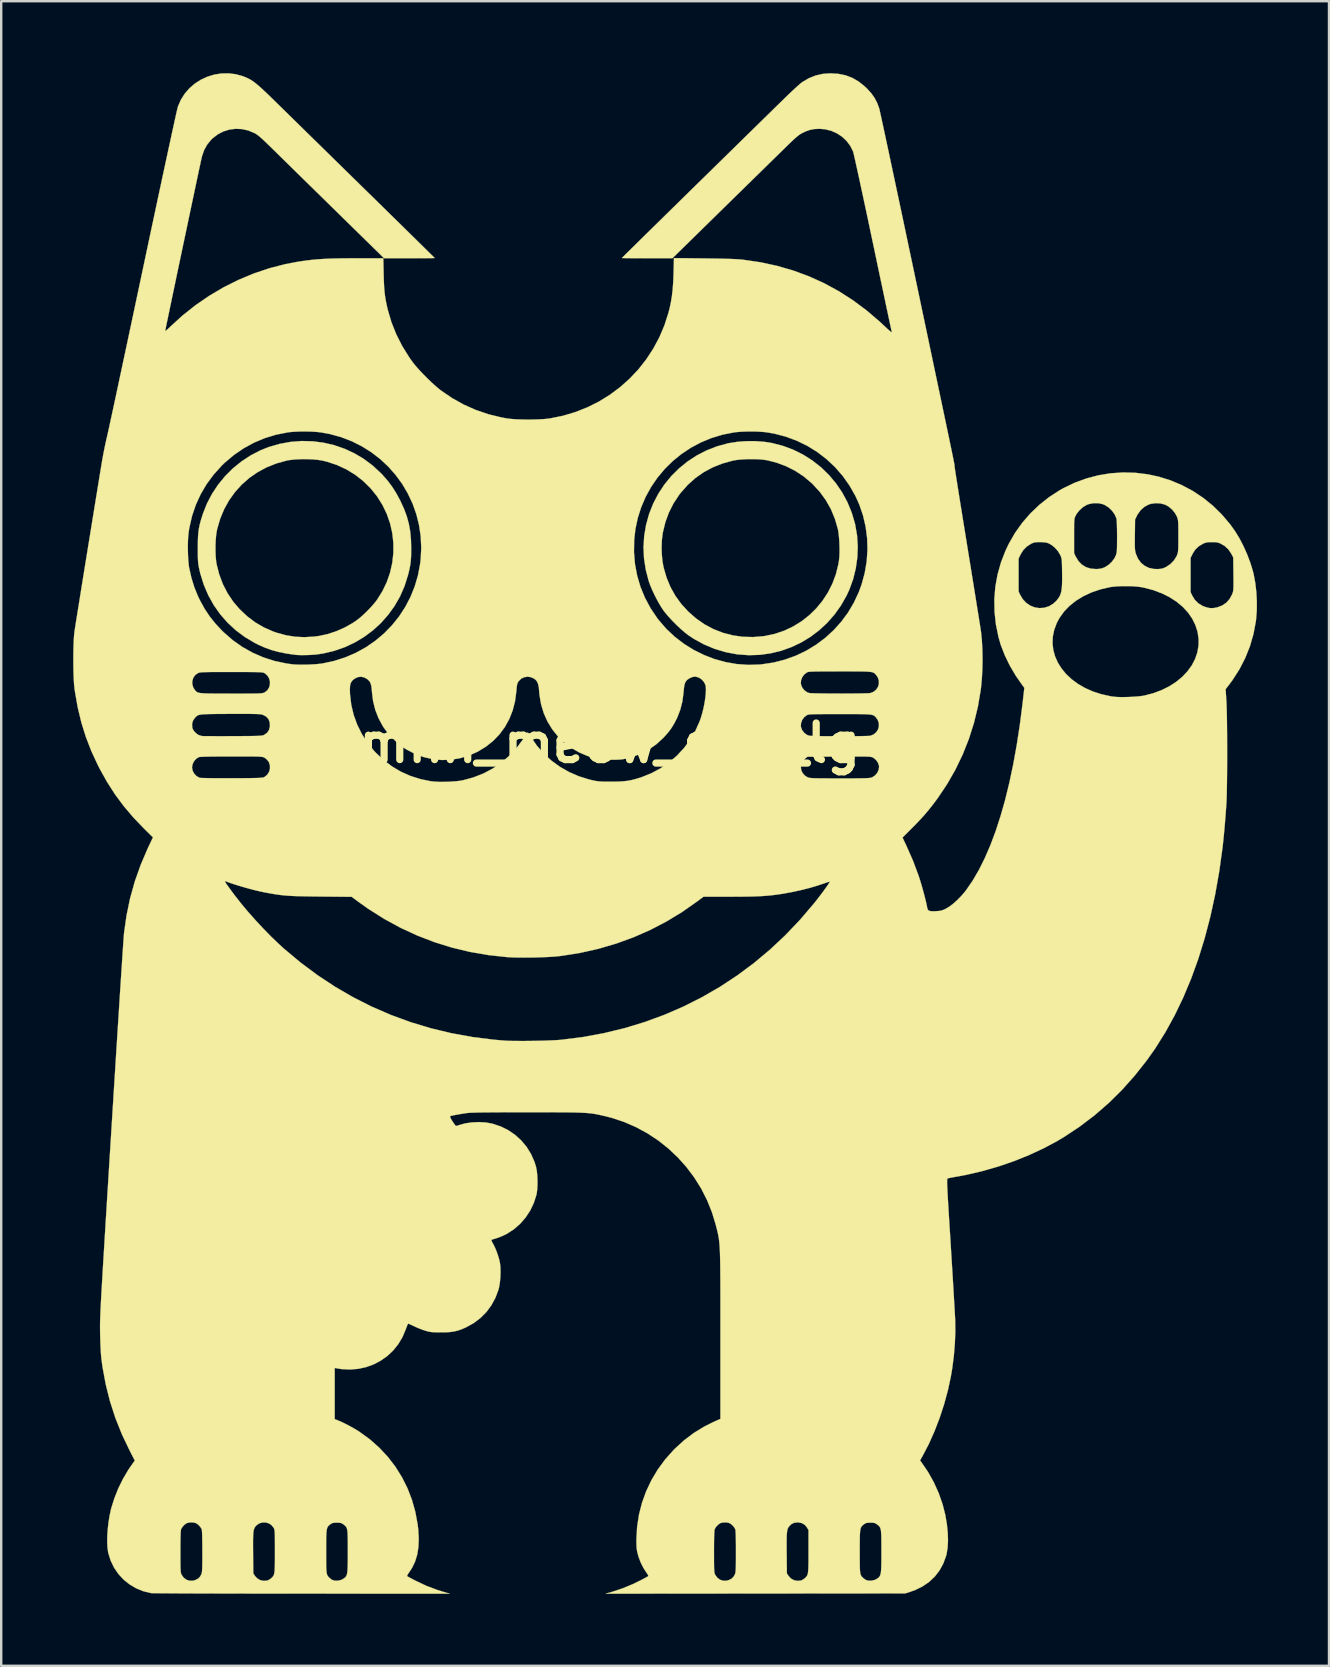
<source format=kicad_pcb>
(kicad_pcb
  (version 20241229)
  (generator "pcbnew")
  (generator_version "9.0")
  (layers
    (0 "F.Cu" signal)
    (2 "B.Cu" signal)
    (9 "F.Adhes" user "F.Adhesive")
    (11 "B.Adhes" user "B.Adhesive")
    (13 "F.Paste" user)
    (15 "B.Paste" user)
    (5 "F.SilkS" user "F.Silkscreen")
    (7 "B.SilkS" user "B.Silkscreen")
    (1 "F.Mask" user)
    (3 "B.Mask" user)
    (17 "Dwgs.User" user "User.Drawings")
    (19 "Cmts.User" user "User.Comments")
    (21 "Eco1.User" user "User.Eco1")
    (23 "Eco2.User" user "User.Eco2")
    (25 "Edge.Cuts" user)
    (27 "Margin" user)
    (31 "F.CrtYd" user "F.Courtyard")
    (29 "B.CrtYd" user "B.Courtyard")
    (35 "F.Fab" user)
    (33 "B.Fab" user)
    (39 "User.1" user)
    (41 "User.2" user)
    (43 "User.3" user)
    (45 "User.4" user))
  (footprint "mini_meow_silk_lg"
    (layer "F.Cu")
    (at 22.346 27.899)
    (property "Reference" "mini_meow_silk_lg" (at 0 0 0) (layer "F.SilkS") (effects (font (size 1.524 1.524) (thickness 0.3))))
    (attr through_hole)
    (fp_poly (pts (xy 6.07 -12.574) (xy 6.434 -12.547) (xy 6.754 -12.497) (xy 7.211 -12.379) (xy 7.648 -12.216) (xy 8.06 -12.01) (xy 8.447 -11.764) (xy 8.806 -11.481) (xy 9.133 -11.163) (xy 9.427 -10.813) (xy 9.685 -10.433) (xy 9.904 -10.025) (xy 10.082 -9.592) (xy 10.216 -9.137) (xy 10.226 -9.093) (xy 10.303 -8.645) (xy 10.332 -8.188) (xy 10.314 -7.729) (xy 10.249 -7.273) (xy 10.139 -6.826) (xy 9.983 -6.395) (xy 9.865 -6.139) (xy 9.631 -5.728) (xy 9.361 -5.35) (xy 9.057 -5.005) (xy 8.722 -4.695) (xy 8.36 -4.422) (xy 7.974 -4.188) (xy 7.567 -3.995) (xy 7.142 -3.843) (xy 6.703 -3.736) (xy 6.252 -3.673) (xy 5.794 -3.659) (xy 5.33 -3.693) (xy 5.296 -3.697) (xy 4.825 -3.786) (xy 4.368 -3.923) (xy 3.928 -4.107) (xy 3.51 -4.336) (xy 3.277 -4.49) (xy 3.123 -4.609) (xy 2.951 -4.758) (xy 2.771 -4.928) (xy 2.595 -5.107) (xy 2.432 -5.285) (xy 2.294 -5.451) (xy 2.229 -5.537) (xy 2.116 -5.71) (xy 1.998 -5.915) (xy 1.882 -6.137) (xy 1.775 -6.362) (xy 1.686 -6.574) (xy 1.625 -6.744) (xy 1.502 -7.216) (xy 1.429 -7.687) (xy 1.407 -8.156) (xy 1.408 -8.171) (xy 2.161 -8.171) (xy 2.169 -7.875) (xy 2.195 -7.589) (xy 2.24 -7.332) (xy 2.244 -7.315) (xy 2.367 -6.891) (xy 2.53 -6.498) (xy 2.734 -6.133) (xy 2.982 -5.791) (xy 3.269 -5.478) (xy 3.595 -5.19) (xy 3.946 -4.946) (xy 4.318 -4.747) (xy 4.71 -4.593) (xy 5.118 -4.486) (xy 5.539 -4.426) (xy 5.972 -4.414) (xy 6.413 -4.451) (xy 6.465 -4.459) (xy 6.876 -4.547) (xy 7.269 -4.68) (xy 7.641 -4.856) (xy 7.99 -5.071) (xy 8.311 -5.323) (xy 8.604 -5.61) (xy 8.864 -5.927) (xy 9.089 -6.272) (xy 9.276 -6.642) (xy 9.422 -7.035) (xy 9.524 -7.446) (xy 9.552 -7.617) (xy 9.566 -7.765) (xy 9.573 -7.947) (xy 9.572 -8.15) (xy 9.565 -8.36) (xy 9.551 -8.562) (xy 9.532 -8.744) (xy 9.508 -8.892) (xy 9.503 -8.915) (xy 9.379 -9.342) (xy 9.213 -9.741) (xy 9.004 -10.113) (xy 8.75 -10.462) (xy 8.451 -10.787) (xy 8.411 -10.825) (xy 8.086 -11.1) (xy 7.731 -11.335) (xy 7.348 -11.529) (xy 6.944 -11.68) (xy 6.56 -11.778) (xy 6.381 -11.804) (xy 6.167 -11.82) (xy 5.934 -11.826) (xy 5.695 -11.823) (xy 5.466 -11.81) (xy 5.261 -11.787) (xy 5.131 -11.764) (xy 4.695 -11.643) (xy 4.289 -11.482) (xy 3.913 -11.28) (xy 3.566 -11.036) (xy 3.248 -10.751) (xy 2.958 -10.424) (xy 2.893 -10.339) (xy 2.658 -9.984) (xy 2.465 -9.602) (xy 2.317 -9.197) (xy 2.214 -8.773) (xy 2.205 -8.725) (xy 2.173 -8.461) (xy 2.161 -8.171) (xy 1.408 -8.171) (xy 1.436 -8.625) (xy 1.515 -9.091) (xy 1.641 -9.544) (xy 1.812 -9.976) (xy 2.025 -10.384) (xy 2.277 -10.766) (xy 2.565 -11.119) (xy 2.888 -11.44) (xy 3.242 -11.727) (xy 3.624 -11.977) (xy 4.032 -12.188) (xy 4.464 -12.357) (xy 4.916 -12.481) (xy 4.985 -12.496) (xy 5.328 -12.548) (xy 5.696 -12.574) (xy 6.07 -12.574)) (stroke (width 0.01) (type solid)) (fill yes) (layer "F.SilkS"))
    (fp_poly (pts (xy -12.371 -12.568) (xy -11.919 -12.51) (xy -11.476 -12.407) (xy -11.046 -12.258) (xy -10.632 -12.066) (xy -10.239 -11.831) (xy -9.868 -11.554) (xy -9.525 -11.235) (xy -9.462 -11.169) (xy -9.245 -10.921) (xy -9.057 -10.669) (xy -8.887 -10.399) (xy -8.725 -10.097) (xy -8.572 -9.765) (xy -8.454 -9.45) (xy -8.368 -9.137) (xy -8.31 -8.815) (xy -8.278 -8.47) (xy -8.269 -8.128) (xy -8.27 -7.91) (xy -8.276 -7.728) (xy -8.288 -7.57) (xy -8.307 -7.42) (xy -8.337 -7.265) (xy -8.377 -7.091) (xy -8.409 -6.97) (xy -8.55 -6.526) (xy -8.735 -6.105) (xy -8.962 -5.709) (xy -9.227 -5.341) (xy -9.527 -5.002) (xy -9.86 -4.696) (xy -10.223 -4.425) (xy -10.614 -4.19) (xy -11.029 -3.995) (xy -11.466 -3.842) (xy -11.922 -3.733) (xy -12.159 -3.696) (xy -12.313 -3.68) (xy -12.49 -3.669) (xy -12.675 -3.663) (xy -12.852 -3.662) (xy -13.006 -3.667) (xy -13.094 -3.674) (xy -13.458 -3.726) (xy -13.785 -3.791) (xy -14.084 -3.873) (xy -14.368 -3.975) (xy -14.648 -4.1) (xy -14.779 -4.167) (xy -15.193 -4.412) (xy -15.572 -4.695) (xy -15.916 -5.012) (xy -16.224 -5.363) (xy -16.492 -5.745) (xy -16.721 -6.155) (xy -16.908 -6.593) (xy -17.052 -7.055) (xy -17.098 -7.252) (xy -17.118 -7.348) (xy -17.132 -7.437) (xy -17.143 -7.527) (xy -17.15 -7.627) (xy -17.155 -7.748) (xy -17.157 -7.899) (xy -17.157 -7.993) (xy -16.421 -7.993) (xy -16.412 -7.766) (xy -16.392 -7.563) (xy -16.375 -7.455) (xy -16.265 -7.023) (xy -16.112 -6.616) (xy -15.916 -6.236) (xy -15.678 -5.882) (xy -15.423 -5.584) (xy -15.105 -5.283) (xy -14.769 -5.029) (xy -14.41 -4.818) (xy -14.025 -4.649) (xy -13.856 -4.59) (xy -13.474 -4.487) (xy -13.097 -4.427) (xy -12.715 -4.409) (xy -12.317 -4.433) (xy -12.103 -4.461) (xy -11.75 -4.538) (xy -11.391 -4.656) (xy -11.039 -4.812) (xy -10.707 -4.998) (xy -10.557 -5.099) (xy -10.404 -5.218) (xy -10.235 -5.368) (xy -10.064 -5.535) (xy -9.903 -5.707) (xy -9.764 -5.871) (xy -9.696 -5.96) (xy -9.468 -6.324) (xy -9.285 -6.705) (xy -9.148 -7.101) (xy -9.057 -7.506) (xy -9.011 -7.917) (xy -9.011 -8.33) (xy -9.056 -8.74) (xy -9.147 -9.144) (xy -9.284 -9.538) (xy -9.466 -9.918) (xy -9.694 -10.279) (xy -9.694 -10.28) (xy -9.966 -10.617) (xy -10.272 -10.917) (xy -10.61 -11.18) (xy -10.976 -11.402) (xy -11.367 -11.583) (xy -11.782 -11.719) (xy -11.971 -11.765) (xy -12.164 -11.796) (xy -12.39 -11.816) (xy -12.636 -11.825) (xy -12.885 -11.823) (xy -13.125 -11.81) (xy -13.339 -11.786) (xy -13.454 -11.765) (xy -13.882 -11.647) (xy -14.286 -11.486) (xy -14.662 -11.284) (xy -15.009 -11.044) (xy -15.325 -10.767) (xy -15.606 -10.456) (xy -15.852 -10.114) (xy -16.059 -9.742) (xy -16.225 -9.343) (xy -16.348 -8.92) (xy -16.362 -8.857) (xy -16.391 -8.678) (xy -16.411 -8.464) (xy -16.421 -8.231) (xy -16.421 -7.993) (xy -17.157 -7.993) (xy -17.157 -8.089) (xy -17.157 -8.128) (xy -17.155 -8.374) (xy -17.148 -8.58) (xy -17.135 -8.76) (xy -17.113 -8.924) (xy -17.081 -9.084) (xy -17.037 -9.253) (xy -16.979 -9.441) (xy -16.943 -9.553) (xy -16.775 -9.978) (xy -16.562 -10.383) (xy -16.309 -10.764) (xy -16.018 -11.118) (xy -15.693 -11.442) (xy -15.338 -11.73) (xy -14.955 -11.981) (xy -14.549 -12.191) (xy -14.206 -12.328) (xy -13.75 -12.461) (xy -13.291 -12.544) (xy -12.83 -12.58) (xy -12.371 -12.568)) (stroke (width 0.01) (type solid)) (fill yes) (layer "F.SilkS"))
    (fp_poly (pts (xy -15.574 -27.857) (xy -15.275 -27.774) (xy -15.123 -27.712) (xy -15.035 -27.669) (xy -14.949 -27.622) (xy -14.861 -27.565) (xy -14.767 -27.496) (xy -14.662 -27.41) (xy -14.541 -27.304) (xy -14.401 -27.175) (xy -14.236 -27.019) (xy -14.043 -26.831) (xy -13.932 -26.723) (xy -13.833 -26.625) (xy -13.7 -26.495) (xy -13.536 -26.334) (xy -13.343 -26.145) (xy -13.125 -25.931) (xy -12.883 -25.693) (xy -12.62 -25.435) (xy -12.338 -25.159) (xy -12.041 -24.868) (xy -11.73 -24.563) (xy -11.409 -24.248) (xy -11.08 -23.926) (xy -10.745 -23.597) (xy -10.407 -23.266) (xy -10.254 -23.116) (xy -9.929 -22.798) (xy -9.614 -22.489) (xy -9.311 -22.191) (xy -9.022 -21.907) (xy -8.748 -21.639) (xy -8.492 -21.387) (xy -8.255 -21.154) (xy -8.04 -20.943) (xy -7.848 -20.754) (xy -7.681 -20.589) (xy -7.541 -20.451) (xy -7.43 -20.342) (xy -7.35 -20.263) (xy -7.303 -20.215) (xy -7.29 -20.202) (xy -7.314 -20.2) (xy -7.384 -20.198) (xy -7.495 -20.197) (xy -7.64 -20.195) (xy -7.815 -20.194) (xy -8.014 -20.193) (xy -8.233 -20.193) (xy -8.345 -20.193) (xy -9.4 -20.193) (xy -11.399 -22.154) (xy -11.68 -22.429) (xy -11.961 -22.705) (xy -12.239 -22.977) (xy -12.51 -23.243) (xy -12.77 -23.498) (xy -13.017 -23.74) (xy -13.247 -23.966) (xy -13.457 -24.172) (xy -13.643 -24.355) (xy -13.802 -24.511) (xy -13.931 -24.638) (xy -14.008 -24.714) (xy -14.182 -24.883) (xy -14.324 -25.021) (xy -14.44 -25.131) (xy -14.535 -25.217) (xy -14.613 -25.283) (xy -14.679 -25.333) (xy -14.738 -25.373) (xy -14.794 -25.405) (xy -14.799 -25.407) (xy -15.055 -25.514) (xy -15.319 -25.573) (xy -15.584 -25.585) (xy -15.845 -25.551) (xy -16.096 -25.472) (xy -16.332 -25.349) (xy -16.546 -25.183) (xy -16.586 -25.144) (xy -16.761 -24.935) (xy -16.894 -24.698) (xy -16.985 -24.432) (xy -16.991 -24.406) (xy -17.004 -24.352) (xy -17.025 -24.253) (xy -17.055 -24.114) (xy -17.093 -23.937) (xy -17.138 -23.725) (xy -17.19 -23.482) (xy -17.247 -23.212) (xy -17.309 -22.918) (xy -17.376 -22.603) (xy -17.446 -22.271) (xy -17.519 -21.925) (xy -17.594 -21.568) (xy -17.671 -21.204) (xy -17.749 -20.836) (xy -17.826 -20.468) (xy -17.903 -20.103) (xy -17.979 -19.744) (xy -18.052 -19.395) (xy -18.122 -19.059) (xy -18.189 -18.739) (xy -18.252 -18.439) (xy -18.31 -18.163) (xy -18.362 -17.913) (xy -18.408 -17.693) (xy -18.447 -17.507) (xy -18.478 -17.357) (xy -18.5 -17.248) (xy -18.513 -17.182) (xy -18.517 -17.163) (xy -18.5 -17.168) (xy -18.454 -17.203) (xy -18.387 -17.262) (xy -18.307 -17.339) (xy -17.795 -17.806) (xy -17.252 -18.237) (xy -16.681 -18.629) (xy -16.086 -18.98) (xy -15.47 -19.288) (xy -14.837 -19.553) (xy -14.189 -19.772) (xy -13.531 -19.943) (xy -13.043 -20.037) (xy -12.823 -20.072) (xy -12.612 -20.101) (xy -12.404 -20.126) (xy -12.191 -20.146) (xy -11.967 -20.161) (xy -11.725 -20.174) (xy -11.459 -20.182) (xy -11.163 -20.188) (xy -10.829 -20.191) (xy -10.451 -20.193) (xy -10.436 -20.193) (xy -9.43 -20.193) (xy -9.416 -19.539) (xy -9.409 -19.267) (xy -9.398 -19.034) (xy -9.383 -18.83) (xy -9.362 -18.644) (xy -9.334 -18.464) (xy -9.298 -18.279) (xy -9.252 -18.079) (xy -9.241 -18.034) (xy -9.089 -17.521) (xy -8.888 -17.019) (xy -8.641 -16.532) (xy -8.349 -16.063) (xy -8.198 -15.852) (xy -8.087 -15.713) (xy -7.945 -15.552) (xy -7.782 -15.379) (xy -7.607 -15.202) (xy -7.431 -15.031) (xy -7.261 -14.876) (xy -7.108 -14.746) (xy -7.029 -14.685) (xy -6.563 -14.367) (xy -6.08 -14.097) (xy -5.576 -13.873) (xy -5.052 -13.694) (xy -4.504 -13.561) (xy -4.28 -13.521) (xy -4.115 -13.5) (xy -3.911 -13.485) (xy -3.681 -13.476) (xy -3.436 -13.472) (xy -3.188 -13.474) (xy -2.95 -13.482) (xy -2.732 -13.494) (xy -2.547 -13.513) (xy -2.49 -13.521) (xy -1.947 -13.631) (xy -1.424 -13.788) (xy -0.921 -13.987) (xy -0.442 -14.228) (xy 0.012 -14.509) (xy 0.437 -14.827) (xy 0.833 -15.18) (xy 1.196 -15.566) (xy 1.524 -15.984) (xy 1.816 -16.431) (xy 2.069 -16.904) (xy 2.28 -17.403) (xy 2.447 -17.924) (xy 2.498 -18.123) (xy 2.548 -18.36) (xy 2.588 -18.602) (xy 2.619 -18.86) (xy 2.641 -19.144) (xy 2.656 -19.464) (xy 2.66 -19.606) (xy 2.675 -20.199) (xy 3.935 -20.186) (xy 4.283 -20.181) (xy 4.584 -20.176) (xy 4.842 -20.17) (xy 5.061 -20.163) (xy 5.244 -20.155) (xy 5.396 -20.146) (xy 5.52 -20.135) (xy 5.55 -20.132) (xy 6.273 -20.026) (xy 6.972 -19.875) (xy 7.649 -19.679) (xy 8.304 -19.437) (xy 8.937 -19.15) (xy 9.549 -18.816) (xy 10.141 -18.436) (xy 10.712 -18.009) (xy 11.264 -17.536) (xy 11.453 -17.359) (xy 11.554 -17.264) (xy 11.639 -17.187) (xy 11.704 -17.133) (xy 11.743 -17.105) (xy 11.752 -17.107) (xy 11.745 -17.138) (xy 11.728 -17.215) (xy 11.702 -17.336) (xy 11.667 -17.499) (xy 11.624 -17.7) (xy 11.574 -17.937) (xy 11.516 -18.207) (xy 11.453 -18.507) (xy 11.384 -18.835) (xy 11.309 -19.187) (xy 11.23 -19.561) (xy 11.147 -19.954) (xy 11.061 -20.364) (xy 10.972 -20.786) (xy 10.963 -20.828) (xy 10.873 -21.254) (xy 10.786 -21.667) (xy 10.701 -22.066) (xy 10.62 -22.446) (xy 10.543 -22.806) (xy 10.47 -23.142) (xy 10.404 -23.452) (xy 10.343 -23.732) (xy 10.288 -23.98) (xy 10.241 -24.193) (xy 10.202 -24.368) (xy 10.171 -24.502) (xy 10.15 -24.592) (xy 10.138 -24.635) (xy 10.138 -24.636) (xy 10.022 -24.87) (xy 9.867 -25.077) (xy 9.678 -25.255) (xy 9.46 -25.398) (xy 9.22 -25.503) (xy 8.962 -25.566) (xy 8.738 -25.584) (xy 8.534 -25.575) (xy 8.352 -25.542) (xy 8.171 -25.48) (xy 8.014 -25.405) (xy 7.95 -25.369) (xy 7.883 -25.323) (xy 7.807 -25.264) (xy 7.717 -25.186) (xy 7.607 -25.085) (xy 7.472 -24.955) (xy 7.353 -24.84) (xy 7.271 -24.759) (xy 7.155 -24.645) (xy 7.009 -24.502) (xy 6.835 -24.332) (xy 6.637 -24.138) (xy 6.418 -23.923) (xy 6.18 -23.69) (xy 5.927 -23.442) (xy 5.661 -23.181) (xy 5.385 -22.911) (xy 5.103 -22.635) (xy 4.818 -22.355) (xy 4.741 -22.28) (xy 2.612 -20.193) (xy 1.56 -20.193) (xy 1.334 -20.193) (xy 1.125 -20.194) (xy 0.938 -20.195) (xy 0.778 -20.196) (xy 0.65 -20.198) (xy 0.561 -20.2) (xy 0.514 -20.202) (xy 0.508 -20.203) (xy 0.526 -20.222) (xy 0.581 -20.277) (xy 0.671 -20.367) (xy 0.798 -20.492) (xy 0.962 -20.653) (xy 1.161 -20.85) (xy 1.397 -21.082) (xy 1.669 -21.349) (xy 1.978 -21.652) (xy 2.322 -21.991) (xy 2.703 -22.364) (xy 3.12 -22.774) (xy 3.573 -23.218) (xy 4.063 -23.698) (xy 4.588 -24.214) (xy 5.15 -24.764) (xy 5.748 -25.351) (xy 6.382 -25.972) (xy 7.052 -26.629) (xy 7.303 -26.874) (xy 7.45 -27.017) (xy 7.594 -27.153) (xy 7.728 -27.278) (xy 7.846 -27.384) (xy 7.942 -27.468) (xy 8.01 -27.522) (xy 8.023 -27.531) (xy 8.297 -27.692) (xy 8.576 -27.804) (xy 8.869 -27.871) (xy 9.183 -27.894) (xy 9.195 -27.894) (xy 9.521 -27.874) (xy 9.822 -27.813) (xy 10.102 -27.707) (xy 10.364 -27.556) (xy 10.615 -27.357) (xy 10.72 -27.257) (xy 10.896 -27.062) (xy 11.034 -26.867) (xy 11.142 -26.658) (xy 11.223 -26.441) (xy 11.232 -26.403) (xy 11.252 -26.316) (xy 11.281 -26.184) (xy 11.32 -26.009) (xy 11.367 -25.792) (xy 11.422 -25.536) (xy 11.485 -25.243) (xy 11.555 -24.914) (xy 11.633 -24.552) (xy 11.716 -24.159) (xy 11.806 -23.737) (xy 11.901 -23.289) (xy 12.002 -22.815) (xy 12.107 -22.319) (xy 12.217 -21.801) (xy 12.33 -21.266) (xy 12.446 -20.713) (xy 12.566 -20.147) (xy 12.688 -19.568) (xy 12.714 -19.444) (xy 12.87 -18.705) (xy 13.015 -18.014) (xy 13.151 -17.37) (xy 13.277 -16.771) (xy 13.394 -16.215) (xy 13.502 -15.7) (xy 13.602 -15.225) (xy 13.694 -14.789) (xy 13.778 -14.389) (xy 13.855 -14.024) (xy 13.925 -13.692) (xy 13.988 -13.392) (xy 14.044 -13.123) (xy 14.095 -12.881) (xy 14.14 -12.666) (xy 14.179 -12.477) (xy 14.214 -12.311) (xy 14.244 -12.167) (xy 14.269 -12.043) (xy 14.291 -11.938) (xy 14.309 -11.85) (xy 14.323 -11.777) (xy 14.335 -11.717) (xy 14.344 -11.67) (xy 14.351 -11.633) (xy 14.356 -11.605) (xy 14.359 -11.585) (xy 14.361 -11.569) (xy 14.362 -11.558) (xy 14.362 -11.548) (xy 14.363 -11.54) (xy 14.363 -11.53) (xy 14.363 -11.519) (xy 14.369 -11.479) (xy 14.382 -11.391) (xy 14.402 -11.26) (xy 14.428 -11.087) (xy 14.462 -10.877) (xy 14.5 -10.633) (xy 14.544 -10.356) (xy 14.593 -10.051) (xy 14.646 -9.721) (xy 14.703 -9.369) (xy 14.763 -8.997) (xy 14.826 -8.609) (xy 14.891 -8.208) (xy 14.906 -8.115) (xy 14.972 -7.71) (xy 15.036 -7.315) (xy 15.097 -6.935) (xy 15.156 -6.573) (xy 15.211 -6.231) (xy 15.262 -5.913) (xy 15.309 -5.622) (xy 15.351 -5.362) (xy 15.387 -5.135) (xy 15.417 -4.945) (xy 15.441 -4.795) (xy 15.457 -4.688) (xy 15.466 -4.627) (xy 15.467 -4.621) (xy 15.501 -4.274) (xy 15.522 -3.893) (xy 15.529 -3.493) (xy 15.522 -3.087) (xy 15.501 -2.691) (xy 15.467 -2.32) (xy 15.455 -2.223) (xy 15.338 -1.527) (xy 15.173 -0.844) (xy 14.961 -0.175) (xy 14.703 0.476) (xy 14.4 1.106) (xy 14.053 1.712) (xy 13.664 2.293) (xy 13.598 2.382) (xy 13.429 2.605) (xy 13.27 2.805) (xy 13.109 2.995) (xy 12.936 3.185) (xy 12.742 3.388) (xy 12.595 3.537) (xy 12.196 3.937) (xy 12.355 4.274) (xy 12.628 4.891) (xy 12.859 5.507) (xy 12.891 5.602) (xy 12.939 5.755) (xy 12.992 5.931) (xy 13.045 6.119) (xy 13.096 6.31) (xy 13.143 6.492) (xy 13.182 6.655) (xy 13.211 6.787) (xy 13.223 6.854) (xy 13.241 6.922) (xy 13.274 6.968) (xy 13.33 6.995) (xy 13.418 7.007) (xy 13.545 7.006) (xy 13.598 7.003) (xy 13.718 6.994) (xy 13.81 6.978) (xy 13.895 6.95) (xy 13.996 6.903) (xy 14.016 6.893) (xy 14.158 6.806) (xy 14.315 6.685) (xy 14.48 6.537) (xy 14.642 6.371) (xy 14.791 6.197) (xy 14.842 6.131) (xy 15.115 5.735) (xy 15.375 5.29) (xy 15.621 4.797) (xy 15.854 4.259) (xy 16.073 3.675) (xy 16.277 3.047) (xy 16.468 2.376) (xy 16.643 1.662) (xy 16.803 0.907) (xy 16.948 0.112) (xy 17.077 -0.723) (xy 17.19 -1.597) (xy 17.208 -1.753) (xy 17.27 -2.299) (xy 17.193 -2.4) (xy 16.912 -2.805) (xy 16.665 -3.225) (xy 16.457 -3.651) (xy 16.292 -4.076) (xy 16.271 -4.149) (xy 18.444 -4.149) (xy 18.477 -3.871) (xy 18.553 -3.601) (xy 18.67 -3.342) (xy 18.826 -3.096) (xy 19.018 -2.865) (xy 19.246 -2.653) (xy 19.507 -2.461) (xy 19.799 -2.292) (xy 20.12 -2.15) (xy 20.468 -2.036) (xy 20.841 -1.953) (xy 20.98 -1.931) (xy 21.116 -1.919) (xy 21.288 -1.913) (xy 21.484 -1.914) (xy 21.689 -1.921) (xy 21.891 -1.933) (xy 22.075 -1.949) (xy 22.228 -1.97) (xy 22.281 -1.98) (xy 22.651 -2.078) (xy 22.996 -2.208) (xy 23.313 -2.366) (xy 23.598 -2.551) (xy 23.851 -2.76) (xy 24.067 -2.99) (xy 24.246 -3.238) (xy 24.383 -3.502) (xy 24.478 -3.78) (xy 24.526 -4.068) (xy 24.529 -4.328) (xy 24.486 -4.628) (xy 24.395 -4.914) (xy 24.26 -5.186) (xy 24.083 -5.44) (xy 23.866 -5.674) (xy 23.612 -5.886) (xy 23.323 -6.073) (xy 23.003 -6.234) (xy 22.653 -6.366) (xy 22.277 -6.466) (xy 22.142 -6.493) (xy 21.976 -6.515) (xy 21.775 -6.53) (xy 21.554 -6.536) (xy 21.33 -6.534) (xy 21.117 -6.525) (xy 20.93 -6.507) (xy 20.841 -6.494) (xy 20.444 -6.402) (xy 20.075 -6.277) (xy 19.736 -6.12) (xy 19.429 -5.933) (xy 19.158 -5.719) (xy 18.926 -5.479) (xy 18.736 -5.215) (xy 18.622 -5.004) (xy 18.515 -4.718) (xy 18.456 -4.432) (xy 18.444 -4.149) (xy 16.271 -4.149) (xy 16.194 -4.412) (xy 16.085 -4.942) (xy 16.028 -5.469) (xy 16.02 -5.993) (xy 16.062 -6.511) (xy 16.155 -7.022) (xy 16.297 -7.525) (xy 16.358 -7.684) (xy 17.031 -7.684) (xy 17.031 -6.312) (xy 17.098 -6.169) (xy 17.209 -5.986) (xy 17.351 -5.837) (xy 17.517 -5.724) (xy 17.7 -5.651) (xy 17.894 -5.62) (xy 18.093 -5.633) (xy 18.288 -5.693) (xy 18.3 -5.699) (xy 18.461 -5.795) (xy 18.604 -5.922) (xy 18.714 -6.068) (xy 18.726 -6.089) (xy 18.764 -6.168) (xy 18.794 -6.251) (xy 18.816 -6.346) (xy 18.831 -6.46) (xy 18.84 -6.6) (xy 18.844 -6.773) (xy 18.844 -6.987) (xy 18.843 -7.1) (xy 18.84 -7.287) (xy 18.837 -7.431) (xy 18.833 -7.539) (xy 18.827 -7.621) (xy 18.818 -7.682) (xy 18.806 -7.732) (xy 18.79 -7.778) (xy 18.768 -7.827) (xy 18.761 -7.842) (xy 18.672 -7.99) (xy 18.55 -8.129) (xy 18.41 -8.245) (xy 18.295 -8.311) (xy 18.218 -8.34) (xy 18.134 -8.357) (xy 18.025 -8.366) (xy 17.932 -8.367) (xy 17.812 -8.367) (xy 17.725 -8.36) (xy 17.656 -8.345) (xy 17.587 -8.318) (xy 17.551 -8.3) (xy 17.372 -8.185) (xy 17.221 -8.03) (xy 17.11 -7.849) (xy 17.031 -7.684) (xy 16.358 -7.684) (xy 16.488 -8.018) (xy 16.626 -8.306) (xy 16.808 -8.623) (xy 19.342 -8.623) (xy 19.342 -7.912) (xy 19.408 -7.771) (xy 19.522 -7.582) (xy 19.664 -7.434) (xy 19.835 -7.328) (xy 20.032 -7.265) (xy 20.253 -7.247) (xy 20.282 -7.247) (xy 20.408 -7.257) (xy 20.508 -7.278) (xy 20.603 -7.314) (xy 20.633 -7.329) (xy 20.782 -7.424) (xy 20.917 -7.552) (xy 21.025 -7.698) (xy 21.08 -7.812) (xy 21.096 -7.858) (xy 21.109 -7.907) (xy 21.118 -7.963) (xy 21.125 -8.035) (xy 21.129 -8.13) (xy 21.131 -8.254) (xy 21.132 -8.325) (xy 21.871 -8.325) (xy 21.872 -8.205) (xy 21.875 -8.112) (xy 21.882 -8.04) (xy 21.891 -7.98) (xy 21.904 -7.925) (xy 21.918 -7.879) (xy 22.005 -7.677) (xy 22.126 -7.511) (xy 22.279 -7.383) (xy 22.46 -7.295) (xy 22.666 -7.251) (xy 22.822 -7.246) (xy 22.939 -7.254) (xy 23.028 -7.272) (xy 23.113 -7.304) (xy 23.185 -7.34) (xy 23.356 -7.456) (xy 23.5 -7.604) (xy 23.567 -7.71) (xy 24.194 -7.71) (xy 24.194 -6.287) (xy 24.262 -6.141) (xy 24.372 -5.963) (xy 24.521 -5.817) (xy 24.703 -5.707) (xy 24.867 -5.648) (xy 25.008 -5.62) (xy 25.144 -5.621) (xy 25.297 -5.649) (xy 25.312 -5.653) (xy 25.513 -5.73) (xy 25.684 -5.847) (xy 25.822 -6.003) (xy 25.924 -6.193) (xy 25.934 -6.218) (xy 25.95 -6.263) (xy 25.962 -6.308) (xy 25.971 -6.36) (xy 25.977 -6.425) (xy 25.981 -6.511) (xy 25.982 -6.624) (xy 25.982 -6.772) (xy 25.98 -6.96) (xy 25.979 -7.047) (xy 25.971 -7.734) (xy 25.885 -7.894) (xy 25.765 -8.07) (xy 25.615 -8.208) (xy 25.454 -8.302) (xy 25.373 -8.337) (xy 25.297 -8.357) (xy 25.208 -8.367) (xy 25.088 -8.369) (xy 25.082 -8.369) (xy 24.961 -8.367) (xy 24.872 -8.358) (xy 24.798 -8.338) (xy 24.719 -8.305) (xy 24.714 -8.303) (xy 24.533 -8.194) (xy 24.391 -8.059) (xy 24.282 -7.891) (xy 24.277 -7.88) (xy 24.194 -7.71) (xy 23.567 -7.71) (xy 23.606 -7.772) (xy 23.627 -7.818) (xy 23.645 -7.864) (xy 23.659 -7.909) (xy 23.669 -7.959) (xy 23.676 -8.022) (xy 23.681 -8.104) (xy 23.684 -8.214) (xy 23.685 -8.357) (xy 23.685 -8.541) (xy 23.685 -8.623) (xy 23.685 -8.825) (xy 23.684 -8.983) (xy 23.682 -9.104) (xy 23.678 -9.196) (xy 23.672 -9.265) (xy 23.662 -9.32) (xy 23.65 -9.366) (xy 23.634 -9.411) (xy 23.626 -9.432) (xy 23.541 -9.585) (xy 23.422 -9.728) (xy 23.281 -9.848) (xy 23.131 -9.93) (xy 23.127 -9.931) (xy 22.939 -9.98) (xy 22.738 -9.991) (xy 22.543 -9.964) (xy 22.448 -9.934) (xy 22.274 -9.84) (xy 22.121 -9.706) (xy 21.997 -9.539) (xy 21.965 -9.48) (xy 21.882 -9.31) (xy 21.874 -8.679) (xy 21.871 -8.481) (xy 21.871 -8.325) (xy 21.132 -8.325) (xy 21.132 -8.416) (xy 21.133 -8.605) (xy 21.132 -8.787) (xy 21.129 -8.957) (xy 21.125 -9.106) (xy 21.119 -9.227) (xy 21.113 -9.312) (xy 21.108 -9.348) (xy 21.036 -9.517) (xy 20.924 -9.675) (xy 20.782 -9.812) (xy 20.62 -9.915) (xy 20.536 -9.95) (xy 20.356 -9.989) (xy 20.161 -9.991) (xy 19.972 -9.957) (xy 19.87 -9.92) (xy 19.718 -9.83) (xy 19.576 -9.705) (xy 19.458 -9.56) (xy 19.399 -9.456) (xy 19.382 -9.418) (xy 19.369 -9.38) (xy 19.359 -9.336) (xy 19.352 -9.278) (xy 19.347 -9.201) (xy 19.344 -9.098) (xy 19.343 -8.961) (xy 19.342 -8.786) (xy 19.342 -8.623) (xy 16.808 -8.623) (xy 16.881 -8.75) (xy 17.179 -9.169) (xy 17.516 -9.559) (xy 17.889 -9.916) (xy 18.295 -10.238) (xy 18.73 -10.522) (xy 18.89 -10.612) (xy 19.362 -10.839) (xy 19.85 -11.019) (xy 20.351 -11.151) (xy 20.86 -11.235) (xy 21.376 -11.27) (xy 21.893 -11.257) (xy 22.41 -11.193) (xy 22.853 -11.098) (xy 23.352 -10.944) (xy 23.831 -10.743) (xy 24.288 -10.499) (xy 24.719 -10.212) (xy 25.123 -9.885) (xy 25.496 -9.519) (xy 25.837 -9.117) (xy 26.054 -8.814) (xy 26.228 -8.529) (xy 26.395 -8.208) (xy 26.547 -7.867) (xy 26.679 -7.521) (xy 26.783 -7.185) (xy 26.821 -7.036) (xy 26.888 -6.677) (xy 26.933 -6.292) (xy 26.954 -5.897) (xy 26.951 -5.509) (xy 26.922 -5.144) (xy 26.911 -5.055) (xy 26.812 -4.534) (xy 26.665 -4.028) (xy 26.47 -3.54) (xy 26.229 -3.072) (xy 25.943 -2.625) (xy 25.803 -2.436) (xy 25.654 -2.244) (xy 25.685 -1.763) (xy 25.692 -1.619) (xy 25.699 -1.43) (xy 25.704 -1.204) (xy 25.709 -0.946) (xy 25.712 -0.661) (xy 25.715 -0.358) (xy 25.716 -0.04) (xy 25.717 0.286) (xy 25.717 0.613) (xy 25.716 0.936) (xy 25.714 1.25) (xy 25.711 1.546) (xy 25.707 1.821) (xy 25.702 2.068) (xy 25.697 2.28) (xy 25.69 2.452) (xy 25.684 2.553) (xy 25.65 3.027) (xy 25.615 3.455) (xy 25.58 3.84) (xy 25.544 4.187) (xy 25.525 4.356) (xy 25.388 5.349) (xy 25.218 6.309) (xy 25.016 7.236) (xy 24.782 8.128) (xy 24.517 8.986) (xy 24.22 9.807) (xy 23.892 10.592) (xy 23.533 11.339) (xy 23.144 12.047) (xy 22.725 12.715) (xy 22.372 13.215) (xy 21.869 13.851) (xy 21.339 14.446) (xy 20.78 14.998) (xy 20.192 15.508) (xy 19.576 15.976) (xy 18.932 16.403) (xy 18.644 16.575) (xy 18.076 16.879) (xy 17.471 17.16) (xy 16.838 17.415) (xy 16.186 17.639) (xy 15.525 17.829) (xy 14.864 17.983) (xy 14.529 18.047) (xy 14.39 18.071) (xy 14.265 18.094) (xy 14.165 18.114) (xy 14.1 18.127) (xy 14.083 18.132) (xy 14.075 18.135) (xy 14.068 18.141) (xy 14.062 18.152) (xy 14.058 18.172) (xy 14.055 18.202) (xy 14.053 18.247) (xy 14.053 18.309) (xy 14.055 18.39) (xy 14.059 18.494) (xy 14.066 18.623) (xy 14.074 18.78) (xy 14.084 18.968) (xy 14.097 19.19) (xy 14.113 19.449) (xy 14.131 19.748) (xy 14.152 20.089) (xy 14.177 20.475) (xy 14.202 20.879) (xy 14.225 21.257) (xy 14.248 21.628) (xy 14.27 21.988) (xy 14.291 22.333) (xy 14.311 22.659) (xy 14.329 22.961) (xy 14.345 23.236) (xy 14.359 23.48) (xy 14.371 23.689) (xy 14.38 23.858) (xy 14.387 23.984) (xy 14.39 24.054) (xy 14.395 24.521) (xy 14.376 25.017) (xy 14.333 25.528) (xy 14.268 26.038) (xy 14.21 26.384) (xy 14.086 26.96) (xy 13.928 27.541) (xy 13.74 28.116) (xy 13.524 28.675) (xy 13.286 29.207) (xy 13.028 29.701) (xy 13.019 29.716) (xy 12.926 29.88) (xy 12.984 29.958) (xy 13.259 30.362) (xy 13.501 30.794) (xy 13.704 31.246) (xy 13.866 31.708) (xy 13.979 32.156) (xy 14.043 32.533) (xy 14.08 32.889) (xy 14.09 33.22) (xy 14.074 33.521) (xy 14.03 33.786) (xy 14.008 33.868) (xy 13.892 34.182) (xy 13.736 34.466) (xy 13.54 34.719) (xy 13.306 34.939) (xy 13.035 35.126) (xy 12.729 35.277) (xy 12.492 35.362) (xy 12.306 35.42) (xy -0.165 35.431) (xy 0.133 35.344) (xy 0.547 35.205) (xy 0.967 35.031) (xy 1.295 34.871) (xy 1.406 34.812) (xy 1.501 34.761) (xy 1.57 34.722) (xy 1.605 34.701) (xy 1.607 34.699) (xy 1.602 34.671) (xy 1.573 34.616) (xy 1.524 34.544) (xy 1.522 34.543) (xy 1.403 34.357) (xy 1.294 34.141) (xy 1.207 33.914) (xy 1.165 33.769) (xy 1.146 33.683) (xy 4.343 33.683) (xy 4.344 33.917) (xy 4.344 34.106) (xy 4.346 34.255) (xy 4.348 34.371) (xy 4.353 34.458) (xy 4.358 34.522) (xy 4.366 34.569) (xy 4.376 34.604) (xy 4.388 34.633) (xy 4.391 34.64) (xy 4.481 34.765) (xy 4.596 34.851) (xy 4.729 34.893) (xy 4.872 34.89) (xy 4.972 34.861) (xy 5.082 34.802) (xy 5.158 34.726) (xy 5.21 34.633) (xy 5.223 34.601) (xy 5.233 34.564) (xy 5.241 34.516) (xy 5.247 34.451) (xy 5.251 34.364) (xy 5.254 34.248) (xy 5.256 34.099) (xy 5.257 33.911) (xy 5.257 33.677) (xy 5.257 33.676) (xy 5.257 33.416) (xy 5.256 33.316) (xy 7.369 33.316) (xy 7.369 33.53) (xy 7.371 33.741) (xy 7.379 34.586) (xy 7.45 34.694) (xy 7.547 34.798) (xy 7.672 34.868) (xy 7.81 34.898) (xy 7.951 34.886) (xy 7.993 34.873) (xy 8.061 34.836) (xy 8.131 34.784) (xy 8.137 34.777) (xy 8.174 34.742) (xy 8.203 34.707) (xy 8.227 34.667) (xy 8.245 34.617) (xy 8.259 34.55) (xy 8.268 34.463) (xy 8.274 34.349) (xy 8.278 34.203) (xy 8.28 34.02) (xy 8.28 33.794) (xy 8.28 33.679) (xy 10.414 33.679) (xy 10.414 33.925) (xy 10.415 34.126) (xy 10.417 34.287) (xy 10.421 34.413) (xy 10.428 34.511) (xy 10.439 34.584) (xy 10.454 34.64) (xy 10.473 34.682) (xy 10.499 34.718) (xy 10.53 34.751) (xy 10.558 34.777) (xy 10.651 34.85) (xy 10.75 34.886) (xy 10.872 34.892) (xy 10.889 34.891) (xy 11.036 34.861) (xy 11.12 34.817) (xy 11.169 34.784) (xy 11.209 34.751) (xy 11.241 34.713) (xy 11.265 34.665) (xy 11.284 34.602) (xy 11.298 34.519) (xy 11.306 34.41) (xy 11.312 34.27) (xy 11.315 34.094) (xy 11.316 33.876) (xy 11.316 33.668) (xy 11.316 33.419) (xy 11.315 33.215) (xy 11.312 33.051) (xy 11.307 32.922) (xy 11.299 32.823) (xy 11.286 32.747) (xy 11.268 32.69) (xy 11.244 32.647) (xy 11.214 32.611) (xy 11.175 32.577) (xy 11.134 32.545) (xy 11.077 32.507) (xy 11.022 32.485) (xy 10.95 32.476) (xy 10.858 32.474) (xy 10.757 32.476) (xy 10.687 32.487) (xy 10.633 32.511) (xy 10.587 32.542) (xy 10.544 32.576) (xy 10.508 32.61) (xy 10.48 32.647) (xy 10.458 32.695) (xy 10.441 32.757) (xy 10.43 32.839) (xy 10.422 32.947) (xy 10.417 33.086) (xy 10.415 33.261) (xy 10.414 33.477) (xy 10.414 33.679) (xy 8.28 33.679) (xy 8.28 33.664) (xy 8.28 32.783) (xy 8.216 32.673) (xy 8.123 32.562) (xy 8.001 32.491) (xy 7.851 32.462) (xy 7.823 32.461) (xy 7.683 32.478) (xy 7.57 32.532) (xy 7.484 32.614) (xy 7.453 32.654) (xy 7.428 32.697) (xy 7.408 32.748) (xy 7.392 32.813) (xy 7.382 32.896) (xy 7.374 33.004) (xy 7.37 33.142) (xy 7.369 33.316) (xy 5.256 33.316) (xy 5.254 33.195) (xy 5.25 33.015) (xy 5.245 32.878) (xy 5.238 32.788) (xy 5.231 32.749) (xy 5.178 32.657) (xy 5.096 32.567) (xy 5.004 32.5) (xy 4.999 32.497) (xy 4.932 32.476) (xy 4.843 32.463) (xy 4.801 32.461) (xy 4.71 32.468) (xy 4.629 32.486) (xy 4.602 32.497) (xy 4.51 32.563) (xy 4.427 32.652) (xy 4.372 32.744) (xy 4.37 32.749) (xy 4.362 32.797) (xy 4.356 32.893) (xy 4.35 33.035) (xy 4.346 33.22) (xy 4.344 33.445) (xy 4.343 33.683) (xy 1.146 33.683) (xy 1.141 33.663) (xy 1.125 33.563) (xy 1.116 33.454) (xy 1.112 33.323) (xy 1.112 33.16) (xy 1.141 32.644) (xy 1.219 32.137) (xy 1.345 31.643) (xy 1.519 31.163) (xy 1.738 30.702) (xy 2.001 30.26) (xy 2.308 29.842) (xy 2.657 29.449) (xy 2.705 29.401) (xy 3.093 29.046) (xy 3.506 28.735) (xy 3.942 28.468) (xy 4.314 28.283) (xy 4.61 28.15) (xy 4.61 24.635) (xy 4.61 24.123) (xy 4.61 23.659) (xy 4.61 23.24) (xy 4.61 22.863) (xy 4.609 22.526) (xy 4.607 22.225) (xy 4.605 21.958) (xy 4.603 21.723) (xy 4.599 21.515) (xy 4.595 21.332) (xy 4.589 21.172) (xy 4.582 21.032) (xy 4.574 20.908) (xy 4.564 20.798) (xy 4.553 20.699) (xy 4.54 20.609) (xy 4.525 20.524) (xy 4.509 20.441) (xy 4.49 20.359) (xy 4.469 20.273) (xy 4.446 20.181) (xy 4.42 20.081) (xy 4.419 20.074) (xy 4.259 19.547) (xy 4.055 19.04) (xy 3.809 18.555) (xy 3.522 18.096) (xy 3.198 17.664) (xy 2.84 17.263) (xy 2.448 16.893) (xy 2.027 16.558) (xy 1.578 16.26) (xy 1.103 16.002) (xy 0.606 15.785) (xy 0.089 15.613) (xy -0.216 15.535) (xy -0.328 15.51) (xy -0.43 15.487) (xy -0.526 15.467) (xy -0.619 15.45) (xy -0.714 15.435) (xy -0.813 15.423) (xy -0.92 15.412) (xy -1.04 15.404) (xy -1.176 15.397) (xy -1.331 15.391) (xy -1.511 15.387) (xy -1.717 15.384) (xy -1.954 15.382) (xy -2.227 15.381) (xy -2.537 15.38) (xy -2.89 15.38) (xy -3.289 15.38) (xy -3.416 15.38) (xy -3.846 15.38) (xy -4.227 15.38) (xy -4.563 15.381) (xy -4.855 15.383) (xy -5.108 15.385) (xy -5.323 15.387) (xy -5.504 15.39) (xy -5.652 15.394) (xy -5.77 15.398) (xy -5.862 15.403) (xy -5.929 15.409) (xy -5.956 15.412) (xy -6.099 15.434) (xy -6.244 15.458) (xy -6.38 15.482) (xy -6.499 15.505) (xy -6.589 15.525) (xy -6.642 15.54) (xy -6.647 15.542) (xy -6.651 15.57) (xy -6.623 15.634) (xy -6.563 15.736) (xy -6.551 15.755) (xy -6.493 15.841) (xy -6.444 15.908) (xy -6.411 15.946) (xy -6.403 15.951) (xy -6.368 15.943) (xy -6.304 15.923) (xy -6.271 15.912) (xy -6.017 15.842) (xy -5.736 15.801) (xy -5.445 15.788) (xy -5.158 15.805) (xy -4.893 15.853) (xy -4.877 15.857) (xy -4.537 15.971) (xy -4.222 16.128) (xy -3.936 16.324) (xy -3.681 16.557) (xy -3.46 16.823) (xy -3.277 17.12) (xy -3.134 17.444) (xy -3.069 17.653) (xy -3.039 17.805) (xy -3.019 17.991) (xy -3.009 18.196) (xy -3.009 18.403) (xy -3.02 18.599) (xy -3.042 18.767) (xy -3.056 18.83) (xy -3.164 19.164) (xy -3.315 19.478) (xy -3.505 19.766) (xy -3.73 20.025) (xy -3.986 20.249) (xy -4.27 20.434) (xy -4.346 20.474) (xy -4.465 20.529) (xy -4.595 20.583) (xy -4.709 20.624) (xy -4.715 20.625) (xy -4.805 20.654) (xy -4.879 20.676) (xy -4.92 20.689) (xy -4.921 20.689) (xy -4.927 20.715) (xy -4.901 20.78) (xy -4.862 20.85) (xy -4.791 20.988) (xy -4.719 21.159) (xy -4.653 21.344) (xy -4.6 21.525) (xy -4.572 21.656) (xy -4.552 21.829) (xy -4.547 22.033) (xy -4.554 22.25) (xy -4.574 22.462) (xy -4.605 22.654) (xy -4.633 22.766) (xy -4.76 23.106) (xy -4.928 23.417) (xy -5.135 23.698) (xy -5.38 23.945) (xy -5.66 24.158) (xy -5.974 24.332) (xy -5.979 24.335) (xy -6.16 24.414) (xy -6.326 24.472) (xy -6.489 24.511) (xy -6.665 24.535) (xy -6.867 24.546) (xy -7.036 24.547) (xy -7.198 24.545) (xy -7.322 24.542) (xy -7.419 24.535) (xy -7.502 24.523) (xy -7.582 24.505) (xy -7.672 24.48) (xy -7.684 24.476) (xy -7.815 24.432) (xy -7.964 24.373) (xy -8.106 24.312) (xy -8.146 24.292) (xy -8.245 24.245) (xy -8.328 24.209) (xy -8.382 24.188) (xy -8.399 24.185) (xy -8.414 24.211) (xy -8.441 24.275) (xy -8.475 24.364) (xy -8.496 24.423) (xy -8.633 24.746) (xy -8.808 25.039) (xy -9.019 25.301) (xy -9.262 25.53) (xy -9.533 25.722) (xy -9.827 25.878) (xy -10.142 25.993) (xy -10.473 26.066) (xy -10.817 26.094) (xy -11.169 26.077) (xy -11.36 26.047) (xy -11.455 26.029) (xy -11.455 28.162) (xy -11.335 28.207) (xy -11.19 28.268) (xy -11.018 28.351) (xy -10.832 28.448) (xy -10.645 28.552) (xy -10.473 28.656) (xy -10.414 28.695) (xy -9.987 29.006) (xy -9.596 29.353) (xy -9.243 29.731) (xy -8.929 30.139) (xy -8.657 30.574) (xy -8.426 31.034) (xy -8.239 31.517) (xy -8.097 32.021) (xy -8.001 32.542) (xy -7.974 32.77) (xy -7.953 33.152) (xy -7.969 33.5) (xy -8.021 33.817) (xy -8.111 34.105) (xy -8.238 34.367) (xy -8.355 34.543) (xy -8.404 34.614) (xy -8.435 34.67) (xy -8.44 34.699) (xy -8.439 34.7) (xy -8.411 34.718) (xy -8.346 34.754) (xy -8.253 34.804) (xy -8.142 34.863) (xy -8.103 34.883) (xy -7.644 35.101) (xy -7.183 35.275) (xy -6.96 35.345) (xy -6.668 35.431) (xy -12.827 35.429) (xy -13.384 35.429) (xy -13.929 35.428) (xy -14.459 35.428) (xy -14.972 35.427) (xy -15.466 35.426) (xy -15.938 35.425) (xy -16.387 35.424) (xy -16.809 35.423) (xy -17.203 35.422) (xy -17.567 35.42) (xy -17.898 35.419) (xy -18.194 35.417) (xy -18.452 35.415) (xy -18.671 35.414) (xy -18.849 35.412) (xy -18.983 35.41) (xy -19.07 35.408) (xy -19.109 35.406) (xy -19.109 35.406) (xy -19.429 35.328) (xy -19.727 35.206) (xy -20.002 35.043) (xy -20.249 34.844) (xy -20.464 34.611) (xy -20.644 34.349) (xy -20.784 34.061) (xy -20.882 33.751) (xy -20.891 33.707) (xy -20.895 33.683) (xy -17.882 33.683) (xy -17.881 33.917) (xy -17.881 34.106) (xy -17.879 34.255) (xy -17.877 34.371) (xy -17.872 34.458) (xy -17.867 34.522) (xy -17.859 34.569) (xy -17.849 34.604) (xy -17.837 34.633) (xy -17.834 34.64) (xy -17.744 34.765) (xy -17.629 34.851) (xy -17.496 34.893) (xy -17.353 34.89) (xy -17.253 34.861) (xy -17.143 34.802) (xy -17.067 34.726) (xy -17.015 34.633) (xy -17.002 34.601) (xy -16.992 34.564) (xy -16.984 34.516) (xy -16.978 34.451) (xy -16.974 34.364) (xy -16.971 34.248) (xy -16.969 34.099) (xy -16.968 33.911) (xy -16.968 33.677) (xy -16.968 33.676) (xy -16.968 33.416) (xy -16.97 33.309) (xy -14.856 33.309) (xy -14.856 33.521) (xy -14.854 33.741) (xy -14.846 34.586) (xy -14.775 34.694) (xy -14.678 34.798) (xy -14.553 34.868) (xy -14.415 34.898) (xy -14.274 34.886) (xy -14.232 34.873) (xy -14.164 34.836) (xy -14.094 34.784) (xy -14.088 34.777) (xy -14.051 34.742) (xy -14.022 34.707) (xy -13.998 34.667) (xy -13.98 34.617) (xy -13.966 34.551) (xy -13.957 34.464) (xy -13.951 34.35) (xy -13.947 34.205) (xy -13.945 34.022) (xy -13.945 33.796) (xy -13.945 33.679) (xy -11.811 33.679) (xy -11.811 33.925) (xy -11.81 34.126) (xy -11.808 34.287) (xy -11.804 34.413) (xy -11.797 34.511) (xy -11.786 34.584) (xy -11.771 34.64) (xy -11.752 34.682) (xy -11.726 34.718) (xy -11.695 34.751) (xy -11.667 34.777) (xy -11.574 34.85) (xy -11.475 34.886) (xy -11.353 34.892) (xy -11.336 34.891) (xy -11.189 34.861) (xy -11.105 34.817) (xy -11.056 34.784) (xy -11.016 34.751) (xy -10.984 34.713) (xy -10.96 34.665) (xy -10.941 34.602) (xy -10.927 34.519) (xy -10.919 34.41) (xy -10.913 34.27) (xy -10.91 34.094) (xy -10.909 33.876) (xy -10.909 33.668) (xy -10.909 33.419) (xy -10.91 33.215) (xy -10.913 33.051) (xy -10.918 32.922) (xy -10.926 32.823) (xy -10.939 32.747) (xy -10.957 32.69) (xy -10.981 32.647) (xy -11.011 32.611) (xy -11.05 32.577) (xy -11.091 32.545) (xy -11.148 32.507) (xy -11.203 32.485) (xy -11.275 32.476) (xy -11.367 32.474) (xy -11.468 32.476) (xy -11.538 32.487) (xy -11.592 32.511) (xy -11.638 32.542) (xy -11.681 32.576) (xy -11.717 32.61) (xy -11.745 32.647) (xy -11.767 32.695) (xy -11.784 32.757) (xy -11.795 32.839) (xy -11.803 32.947) (xy -11.808 33.086) (xy -11.81 33.261) (xy -11.811 33.477) (xy -11.811 33.679) (xy -13.945 33.679) (xy -13.945 33.662) (xy -13.945 33.427) (xy -13.946 33.237) (xy -13.947 33.087) (xy -13.949 32.97) (xy -13.953 32.883) (xy -13.958 32.818) (xy -13.965 32.771) (xy -13.975 32.736) (xy -13.987 32.707) (xy -14.002 32.679) (xy -14.003 32.678) (xy -14.09 32.572) (xy -14.204 32.5) (xy -14.334 32.464) (xy -14.469 32.465) (xy -14.598 32.504) (xy -14.71 32.581) (xy -14.739 32.611) (xy -14.771 32.652) (xy -14.796 32.695) (xy -14.817 32.746) (xy -14.832 32.81) (xy -14.843 32.893) (xy -14.85 33) (xy -14.855 33.137) (xy -14.856 33.309) (xy -16.97 33.309) (xy -16.971 33.195) (xy -16.975 33.015) (xy -16.98 32.878) (xy -16.987 32.788) (xy -16.994 32.749) (xy -17.047 32.657) (xy -17.129 32.567) (xy -17.221 32.5) (xy -17.226 32.497) (xy -17.293 32.476) (xy -17.382 32.463) (xy -17.424 32.461) (xy -17.515 32.468) (xy -17.596 32.486) (xy -17.623 32.497) (xy -17.715 32.563) (xy -17.798 32.652) (xy -17.853 32.744) (xy -17.855 32.749) (xy -17.863 32.797) (xy -17.869 32.893) (xy -17.875 33.035) (xy -17.879 33.22) (xy -17.881 33.445) (xy -17.882 33.683) (xy -20.895 33.683) (xy -20.919 33.515) (xy -20.931 33.285) (xy -20.927 33.028) (xy -20.909 32.754) (xy -20.878 32.473) (xy -20.834 32.195) (xy -20.777 31.931) (xy -20.762 31.871) (xy -20.635 31.464) (xy -20.472 31.054) (xy -20.277 30.656) (xy -20.06 30.287) (xy -19.969 30.151) (xy -19.782 29.885) (xy -19.998 29.465) (xy -20.319 28.792) (xy -20.59 28.113) (xy -20.814 27.422) (xy -20.992 26.714) (xy -21.127 25.985) (xy -21.172 25.654) (xy -21.184 25.532) (xy -21.196 25.37) (xy -21.207 25.178) (xy -21.216 24.965) (xy -21.222 24.742) (xy -21.225 24.613) (xy -21.227 24.543) (xy -21.228 24.476) (xy -21.228 24.411) (xy -21.229 24.344) (xy -21.229 24.275) (xy -21.228 24.201) (xy -21.227 24.121) (xy -21.224 24.033) (xy -21.221 23.935) (xy -21.217 23.826) (xy -21.212 23.702) (xy -21.206 23.563) (xy -21.198 23.407) (xy -21.189 23.232) (xy -21.178 23.036) (xy -21.166 22.817) (xy -21.152 22.574) (xy -21.136 22.304) (xy -21.119 22.006) (xy -21.099 21.678) (xy -21.077 21.318) (xy -21.053 20.925) (xy -21.027 20.496) (xy -20.999 20.029) (xy -20.967 19.524) (xy -20.934 18.977) (xy -20.897 18.388) (xy -20.858 17.754) (xy -20.816 17.074) (xy -20.77 16.345) (xy -20.755 16.091) (xy -20.715 15.461) (xy -20.677 14.842) (xy -20.639 14.236) (xy -20.602 13.646) (xy -20.566 13.072) (xy -20.531 12.518) (xy -20.497 11.985) (xy -20.465 11.476) (xy -20.434 10.992) (xy -20.405 10.535) (xy -20.377 10.108) (xy -20.352 9.713) (xy -20.328 9.351) (xy -20.307 9.025) (xy -20.288 8.737) (xy -20.271 8.488) (xy -20.257 8.282) (xy -20.246 8.119) (xy -20.237 8.003) (xy -20.232 7.935) (xy -20.231 7.925) (xy -20.127 7.186) (xy -19.977 6.465) (xy -19.779 5.757) (xy -19.777 5.752) (xy -16.028 5.752) (xy -16.022 5.776) (xy -15.994 5.825) (xy -15.943 5.902) (xy -15.865 6.011) (xy -15.761 6.154) (xy -15.627 6.334) (xy -15.624 6.337) (xy -15.364 6.67) (xy -15.072 7.02) (xy -14.756 7.376) (xy -14.428 7.729) (xy -14.097 8.067) (xy -13.772 8.379) (xy -13.564 8.568) (xy -12.879 9.141) (xy -12.171 9.668) (xy -11.44 10.151) (xy -10.687 10.588) (xy -9.911 10.98) (xy -9.115 11.325) (xy -8.297 11.625) (xy -7.46 11.878) (xy -6.603 12.084) (xy -5.726 12.244) (xy -4.831 12.356) (xy -4.394 12.394) (xy -4.245 12.402) (xy -4.055 12.407) (xy -3.832 12.409) (xy -3.587 12.41) (xy -3.327 12.408) (xy -3.063 12.404) (xy -2.804 12.398) (xy -2.558 12.39) (xy -2.335 12.381) (xy -2.145 12.37) (xy -2.007 12.358) (xy -1.115 12.245) (xy -0.24 12.084) (xy 0.617 11.876) (xy 1.454 11.622) (xy 2.271 11.323) (xy 3.067 10.978) (xy 3.839 10.589) (xy 4.588 10.157) (xy 5.311 9.681) (xy 6.008 9.163) (xy 6.677 8.603) (xy 7.318 8.002) (xy 7.928 7.361) (xy 8.508 6.68) (xy 8.558 6.618) (xy 8.67 6.475) (xy 8.78 6.331) (xy 8.884 6.192) (xy 8.977 6.065) (xy 9.056 5.954) (xy 9.116 5.865) (xy 9.154 5.804) (xy 9.164 5.777) (xy 9.163 5.777) (xy 9.136 5.78) (xy 9.072 5.797) (xy 8.984 5.827) (xy 8.938 5.843) (xy 8.645 5.942) (xy 8.316 6.038) (xy 7.963 6.127) (xy 7.601 6.206) (xy 7.243 6.272) (xy 7.076 6.298) (xy 6.895 6.323) (xy 6.718 6.344) (xy 6.539 6.361) (xy 6.35 6.374) (xy 6.145 6.385) (xy 5.918 6.392) (xy 5.661 6.397) (xy 5.367 6.4) (xy 5.03 6.401) (xy 4.983 6.401) (xy 3.905 6.401) (xy 3.648 6.594) (xy 3.021 7.034) (xy 2.369 7.43) (xy 1.691 7.783) (xy 0.992 8.091) (xy 0.271 8.353) (xy -0.468 8.57) (xy -1.226 8.74) (xy -1.998 8.863) (xy -2.121 8.878) (xy -2.305 8.895) (xy -2.528 8.91) (xy -2.78 8.921) (xy -3.05 8.93) (xy -3.325 8.935) (xy -3.596 8.936) (xy -3.851 8.934) (xy -4.078 8.928) (xy -4.267 8.917) (xy -5.05 8.833) (xy -5.817 8.701) (xy -6.568 8.521) (xy -7.302 8.293) (xy -8.018 8.017) (xy -8.715 7.695) (xy -9.392 7.326) (xy -10.049 6.911) (xy -10.473 6.61) (xy -10.748 6.406) (xy -12.035 6.394) (xy -12.362 6.39) (xy -12.644 6.386) (xy -12.888 6.381) (xy -13.1 6.375) (xy -13.288 6.366) (xy -13.456 6.355) (xy -13.612 6.341) (xy -13.762 6.324) (xy -13.912 6.302) (xy -14.068 6.277) (xy -14.238 6.246) (xy -14.364 6.223) (xy -14.574 6.179) (xy -14.81 6.122) (xy -15.061 6.056) (xy -15.314 5.984) (xy -15.558 5.91) (xy -15.78 5.838) (xy -15.967 5.769) (xy -16.014 5.751) (xy -16.028 5.752) (xy -19.777 5.752) (xy -19.531 5.06) (xy -19.235 4.37) (xy -19.199 4.295) (xy -19.025 3.93) (xy -19.389 3.572) (xy -19.835 3.107) (xy -20.236 2.635) (xy -20.6 2.145) (xy -20.932 1.629) (xy -21.24 1.077) (xy -21.272 1.014) (xy -17.398 1.014) (xy -17.376 1.145) (xy -17.312 1.268) (xy -17.216 1.371) (xy -17.099 1.44) (xy -17.074 1.449) (xy -17.036 1.453) (xy -16.952 1.456) (xy -16.827 1.459) (xy -16.667 1.462) (xy -16.477 1.464) (xy -16.262 1.465) (xy -16.027 1.466) (xy -15.778 1.465) (xy -15.735 1.465) (xy -15.446 1.464) (xy -15.204 1.463) (xy -15.003 1.461) (xy -14.84 1.459) (xy -14.71 1.456) (xy -14.61 1.452) (xy -14.533 1.448) (xy -14.477 1.442) (xy -14.437 1.435) (xy -14.407 1.427) (xy -14.385 1.417) (xy -14.384 1.416) (xy -14.272 1.328) (xy -14.194 1.211) (xy -14.153 1.077) (xy -14.152 0.937) (xy -14.194 0.803) (xy -14.206 0.782) (xy -14.274 0.694) (xy -14.358 0.623) (xy -14.371 0.616) (xy -14.394 0.603) (xy -14.418 0.592) (xy -14.447 0.583) (xy -14.486 0.576) (xy -14.538 0.571) (xy -14.608 0.566) (xy -14.701 0.563) (xy -14.822 0.561) (xy -14.974 0.56) (xy -15.162 0.559) (xy -15.391 0.559) (xy -15.664 0.559) (xy -15.756 0.559) (xy -16.096 0.559) (xy -16.388 0.561) (xy -16.632 0.564) (xy -16.827 0.568) (xy -16.972 0.573) (xy -17.067 0.579) (xy -17.112 0.586) (xy -17.22 0.652) (xy -17.311 0.754) (xy -17.373 0.877) (xy -17.398 1.008) (xy -17.398 1.014) (xy -21.272 1.014) (xy -21.322 0.917) (xy -21.592 0.334) (xy -21.82 -0.254) (xy -21.987 -0.79) (xy -17.397 -0.79) (xy -17.387 -0.647) (xy -17.365 -0.577) (xy -17.314 -0.495) (xy -17.238 -0.415) (xy -17.152 -0.35) (xy -17.075 -0.316) (xy -17.014 -0.301) (xy -16.98 -0.291) (xy -16.95 -0.29) (xy -16.875 -0.288) (xy -16.758 -0.287) (xy -16.606 -0.287) (xy -16.423 -0.286) (xy -16.215 -0.286) (xy -15.986 -0.286) (xy -15.741 -0.287) (xy -15.723 -0.287) (xy -15.439 -0.288) (xy -15.202 -0.29) (xy -15.007 -0.291) (xy -14.848 -0.294) (xy -14.723 -0.296) (xy -14.625 -0.3) (xy -14.551 -0.305) (xy -14.496 -0.311) (xy -14.455 -0.318) (xy -14.425 -0.327) (xy -14.399 -0.338) (xy -14.394 -0.34) (xy -14.273 -0.425) (xy -14.194 -0.54) (xy -14.155 -0.685) (xy -14.153 -0.709) (xy -14.162 -0.868) (xy -14.215 -0.999) (xy -14.308 -1.101) (xy -14.44 -1.172) (xy -14.522 -1.195) (xy -14.585 -1.202) (xy -14.697 -1.208) (xy -14.858 -1.212) (xy -15.067 -1.215) (xy -15.322 -1.216) (xy -15.624 -1.215) (xy -15.853 -1.214) (xy -16.139 -1.212) (xy -16.38 -1.211) (xy -16.579 -1.208) (xy -16.741 -1.205) (xy -16.87 -1.2) (xy -16.972 -1.193) (xy -17.05 -1.183) (xy -17.11 -1.17) (xy -17.155 -1.153) (xy -17.191 -1.132) (xy -17.222 -1.106) (xy -17.253 -1.075) (xy -17.277 -1.05) (xy -17.36 -0.928) (xy -17.397 -0.79) (xy -21.987 -0.79) (xy -22.007 -0.856) (xy -22.158 -1.48) (xy -22.273 -2.133) (xy -22.293 -2.274) (xy -22.309 -2.428) (xy -22.311 -2.453) (xy -17.387 -2.453) (xy -17.348 -2.318) (xy -17.277 -2.206) (xy -17.25 -2.174) (xy -17.224 -2.147) (xy -17.195 -2.125) (xy -17.157 -2.107) (xy -17.107 -2.093) (xy -17.041 -2.081) (xy -16.955 -2.073) (xy -16.843 -2.067) (xy -16.702 -2.063) (xy -16.527 -2.061) (xy -16.314 -2.059) (xy -16.059 -2.059) (xy -15.766 -2.058) (xy -15.476 -2.058) (xy -15.233 -2.058) (xy -15.032 -2.059) (xy -14.868 -2.06) (xy -14.737 -2.062) (xy -14.635 -2.065) (xy -14.557 -2.069) (xy -14.498 -2.074) (xy -14.455 -2.081) (xy -14.423 -2.089) (xy -14.397 -2.098) (xy -14.376 -2.108) (xy -14.268 -2.189) (xy -14.237 -2.235) (xy -10.824 -2.235) (xy -10.818 -2.061) (xy -10.816 -2.022) (xy -10.765 -1.592) (xy -10.665 -1.173) (xy -10.519 -0.768) (xy -10.327 -0.38) (xy -10.091 -0.014) (xy -9.814 0.326) (xy -9.743 0.402) (xy -9.413 0.712) (xy -9.064 0.976) (xy -8.695 1.195) (xy -8.302 1.37) (xy -7.883 1.502) (xy -7.476 1.587) (xy -7.312 1.606) (xy -7.113 1.616) (xy -6.893 1.617) (xy -6.666 1.61) (xy -6.448 1.596) (xy -6.253 1.575) (xy -6.119 1.552) (xy -5.677 1.432) (xy -5.261 1.269) (xy -4.871 1.062) (xy -4.508 0.813) (xy -4.173 0.521) (xy -3.865 0.187) (xy -3.585 -0.189) (xy -3.44 -0.421) (xy -3.424 -0.437) (xy -3.404 -0.43) (xy -3.373 -0.394) (xy -3.327 -0.325) (xy -3.283 -0.252) (xy -3.033 0.11) (xy -2.747 0.44) (xy -2.426 0.734) (xy -2.073 0.99) (xy -1.69 1.209) (xy -1.281 1.386) (xy -0.847 1.521) (xy -0.702 1.555) (xy -0.603 1.575) (xy -0.51 1.59) (xy -0.412 1.6) (xy -0.298 1.606) (xy -0.157 1.609) (xy 0.02 1.61) (xy 0.076 1.61) (xy 0.317 1.607) (xy 0.521 1.597) (xy 0.701 1.579) (xy 0.869 1.551) (xy 1.039 1.51) (xy 1.224 1.455) (xy 1.327 1.422) (xy 1.733 1.259) (xy 2.115 1.054) (xy 2.185 1.006) (xy 7.961 1.006) (xy 7.981 1.138) (xy 8.041 1.26) (xy 8.138 1.363) (xy 8.241 1.425) (xy 8.268 1.436) (xy 8.299 1.445) (xy 8.339 1.452) (xy 8.393 1.458) (xy 8.466 1.463) (xy 8.561 1.466) (xy 8.684 1.469) (xy 8.839 1.47) (xy 9.03 1.471) (xy 9.262 1.472) (xy 9.54 1.472) (xy 9.588 1.472) (xy 9.874 1.472) (xy 10.113 1.472) (xy 10.31 1.471) (xy 10.471 1.469) (xy 10.598 1.467) (xy 10.698 1.463) (xy 10.773 1.459) (xy 10.83 1.453) (xy 10.872 1.446) (xy 10.905 1.438) (xy 10.932 1.427) (xy 10.936 1.425) (xy 11.053 1.349) (xy 11.143 1.243) (xy 11.201 1.119) (xy 11.22 0.99) (xy 11.213 0.931) (xy 11.167 0.809) (xy 11.086 0.698) (xy 10.985 0.616) (xy 10.972 0.609) (xy 10.949 0.598) (xy 10.923 0.588) (xy 10.891 0.58) (xy 10.848 0.574) (xy 10.791 0.569) (xy 10.714 0.566) (xy 10.613 0.563) (xy 10.484 0.562) (xy 10.322 0.562) (xy 10.124 0.562) (xy 9.884 0.563) (xy 9.598 0.564) (xy 9.554 0.564) (xy 8.238 0.572) (xy 8.145 0.643) (xy 8.042 0.75) (xy 7.981 0.874) (xy 7.961 1.006) (xy 2.185 1.006) (xy 2.472 0.808) (xy 2.799 0.526) (xy 3.093 0.21) (xy 3.351 -0.137) (xy 3.57 -0.51) (xy 3.651 -0.693) (xy 7.961 -0.693) (xy 7.965 -0.672) (xy 8.013 -0.541) (xy 8.099 -0.427) (xy 8.212 -0.342) (xy 8.309 -0.305) (xy 8.356 -0.3) (xy 8.447 -0.296) (xy 8.576 -0.292) (xy 8.738 -0.289) (xy 8.924 -0.286) (xy 9.13 -0.285) (xy 9.349 -0.284) (xy 9.574 -0.283) (xy 9.8 -0.283) (xy 10.019 -0.284) (xy 10.227 -0.286) (xy 10.415 -0.288) (xy 10.578 -0.291) (xy 10.71 -0.294) (xy 10.805 -0.298) (xy 10.855 -0.303) (xy 10.857 -0.304) (xy 10.993 -0.358) (xy 11.099 -0.447) (xy 11.173 -0.559) (xy 11.211 -0.687) (xy 11.21 -0.822) (xy 11.167 -0.954) (xy 11.109 -1.041) (xy 11.079 -1.077) (xy 11.051 -1.107) (xy 11.022 -1.132) (xy 10.987 -1.153) (xy 10.941 -1.169) (xy 10.88 -1.182) (xy 10.8 -1.191) (xy 10.696 -1.198) (xy 10.564 -1.202) (xy 10.401 -1.205) (xy 10.2 -1.206) (xy 9.959 -1.207) (xy 9.672 -1.207) (xy 9.588 -1.206) (xy 9.296 -1.206) (xy 9.05 -1.206) (xy 8.847 -1.205) (xy 8.681 -1.203) (xy 8.549 -1.201) (xy 8.446 -1.198) (xy 8.367 -1.194) (xy 8.31 -1.189) (xy 8.268 -1.182) (xy 8.238 -1.174) (xy 8.216 -1.164) (xy 8.214 -1.163) (xy 8.1 -1.076) (xy 8.016 -0.96) (xy 7.968 -0.828) (xy 7.961 -0.693) (xy 3.651 -0.693) (xy 3.746 -0.907) (xy 3.797 -1.05) (xy 3.855 -1.245) (xy 3.906 -1.452) (xy 3.948 -1.662) (xy 3.98 -1.866) (xy 4 -2.054) (xy 4.008 -2.219) (xy 4.001 -2.349) (xy 3.99 -2.405) (xy 3.961 -2.471) (xy 7.961 -2.471) (xy 7.965 -2.45) (xy 8.013 -2.319) (xy 8.099 -2.205) (xy 8.212 -2.12) (xy 8.309 -2.083) (xy 8.356 -2.078) (xy 8.447 -2.074) (xy 8.576 -2.07) (xy 8.738 -2.067) (xy 8.924 -2.064) (xy 9.13 -2.063) (xy 9.349 -2.062) (xy 9.574 -2.061) (xy 9.8 -2.061) (xy 10.019 -2.062) (xy 10.227 -2.064) (xy 10.415 -2.066) (xy 10.578 -2.069) (xy 10.71 -2.072) (xy 10.805 -2.076) (xy 10.855 -2.081) (xy 10.857 -2.082) (xy 10.993 -2.136) (xy 11.099 -2.225) (xy 11.173 -2.337) (xy 11.211 -2.465) (xy 11.21 -2.6) (xy 11.167 -2.732) (xy 11.109 -2.819) (xy 11.079 -2.855) (xy 11.051 -2.885) (xy 11.022 -2.91) (xy 10.987 -2.931) (xy 10.941 -2.947) (xy 10.88 -2.96) (xy 10.8 -2.969) (xy 10.696 -2.976) (xy 10.564 -2.98) (xy 10.401 -2.983) (xy 10.2 -2.984) (xy 9.959 -2.985) (xy 9.672 -2.985) (xy 9.588 -2.985) (xy 9.296 -2.984) (xy 9.05 -2.984) (xy 8.847 -2.983) (xy 8.681 -2.981) (xy 8.549 -2.979) (xy 8.446 -2.976) (xy 8.367 -2.972) (xy 8.31 -2.967) (xy 8.268 -2.96) (xy 8.238 -2.952) (xy 8.216 -2.942) (xy 8.214 -2.941) (xy 8.1 -2.854) (xy 8.016 -2.738) (xy 7.968 -2.606) (xy 7.961 -2.471) (xy 3.961 -2.471) (xy 3.932 -2.533) (xy 3.84 -2.642) (xy 3.724 -2.721) (xy 3.597 -2.763) (xy 3.543 -2.767) (xy 3.446 -2.75) (xy 3.338 -2.706) (xy 3.243 -2.645) (xy 3.208 -2.613) (xy 3.168 -2.562) (xy 3.138 -2.504) (xy 3.115 -2.429) (xy 3.097 -2.327) (xy 3.082 -2.189) (xy 3.075 -2.102) (xy 3.026 -1.73) (xy 2.939 -1.386) (xy 2.814 -1.064) (xy 2.798 -1.03) (xy 2.69 -0.819) (xy 2.581 -0.638) (xy 2.459 -0.471) (xy 2.312 -0.301) (xy 2.224 -0.207) (xy 1.935 0.057) (xy 1.617 0.278) (xy 1.273 0.456) (xy 0.903 0.591) (xy 0.765 0.628) (xy 0.65 0.655) (xy 0.549 0.674) (xy 0.446 0.686) (xy 0.329 0.693) (xy 0.183 0.696) (xy 0.089 0.697) (xy -0.105 0.695) (xy -0.261 0.688) (xy -0.392 0.676) (xy -0.509 0.656) (xy -0.533 0.651) (xy -0.914 0.543) (xy -1.269 0.393) (xy -1.598 0.203) (xy -1.897 -0.023) (xy -2.163 -0.283) (xy -2.395 -0.574) (xy -2.59 -0.892) (xy -2.744 -1.235) (xy -2.856 -1.6) (xy -2.923 -1.983) (xy -2.937 -2.141) (xy -2.953 -2.317) (xy -2.981 -2.451) (xy -3.022 -2.552) (xy -3.082 -2.629) (xy -3.148 -2.682) (xy -3.284 -2.744) (xy -3.426 -2.763) (xy -3.566 -2.74) (xy -3.691 -2.678) (xy -3.792 -2.577) (xy -3.802 -2.563) (xy -3.83 -2.515) (xy -3.85 -2.462) (xy -3.865 -2.394) (xy -3.877 -2.298) (xy -3.889 -2.164) (xy -3.89 -2.146) (xy -3.943 -1.743) (xy -4.041 -1.361) (xy -4.182 -1.003) (xy -4.365 -0.671) (xy -4.588 -0.367) (xy -4.85 -0.094) (xy -5.15 0.147) (xy -5.485 0.352) (xy -5.53 0.375) (xy -5.888 0.531) (xy -6.257 0.639) (xy -6.631 0.697) (xy -7.008 0.707) (xy -7.384 0.669) (xy -7.756 0.583) (xy -8.119 0.448) (xy -8.47 0.266) (xy -8.573 0.202) (xy -8.723 0.092) (xy -8.886 -0.05) (xy -9.052 -0.212) (xy -9.209 -0.383) (xy -9.346 -0.551) (xy -9.445 -0.693) (xy -9.629 -1.033) (xy -9.766 -1.383) (xy -9.857 -1.748) (xy -9.903 -2.121) (xy -9.917 -2.283) (xy -9.937 -2.405) (xy -9.964 -2.496) (xy -10.003 -2.567) (xy -10.058 -2.628) (xy -10.084 -2.651) (xy -10.213 -2.729) (xy -10.351 -2.761) (xy -10.49 -2.746) (xy -10.618 -2.685) (xy -10.699 -2.623) (xy -10.757 -2.555) (xy -10.796 -2.474) (xy -10.817 -2.37) (xy -10.824 -2.235) (xy -14.237 -2.235) (xy -14.195 -2.297) (xy -14.156 -2.422) (xy -14.152 -2.554) (xy -14.183 -2.683) (xy -14.249 -2.799) (xy -14.349 -2.893) (xy -14.384 -2.915) (xy -14.406 -2.925) (xy -14.434 -2.933) (xy -14.472 -2.94) (xy -14.526 -2.946) (xy -14.599 -2.95) (xy -14.696 -2.953) (xy -14.821 -2.956) (xy -14.978 -2.957) (xy -15.172 -2.958) (xy -15.407 -2.959) (xy -15.688 -2.959) (xy -15.761 -2.959) (xy -16.052 -2.959) (xy -16.296 -2.959) (xy -16.498 -2.958) (xy -16.663 -2.957) (xy -16.795 -2.954) (xy -16.898 -2.951) (xy -16.977 -2.947) (xy -17.036 -2.942) (xy -17.08 -2.936) (xy -17.113 -2.927) (xy -17.139 -2.918) (xy -17.154 -2.911) (xy -17.267 -2.829) (xy -17.345 -2.718) (xy -17.385 -2.59) (xy -17.387 -2.453) (xy -22.311 -2.453) (xy -22.322 -2.621) (xy -22.332 -2.846) (xy -22.338 -3.093) (xy -22.341 -3.352) (xy -22.341 -3.615) (xy -22.338 -3.871) (xy -22.331 -4.113) (xy -22.321 -4.331) (xy -22.308 -4.515) (xy -22.294 -4.642) (xy -22.285 -4.702) (xy -22.268 -4.808) (xy -22.245 -4.958) (xy -22.215 -5.146) (xy -22.179 -5.37) (xy -22.138 -5.626) (xy -22.092 -5.91) (xy -22.043 -6.218) (xy -21.99 -6.548) (xy -21.934 -6.894) (xy -21.876 -7.255) (xy -21.816 -7.625) (xy -21.755 -8.002) (xy -21.725 -8.185) (xy -17.572 -8.185) (xy -17.569 -7.958) (xy -17.561 -7.736) (xy -17.547 -7.534) (xy -17.528 -7.363) (xy -17.518 -7.303) (xy -17.422 -6.877) (xy -17.3 -6.484) (xy -17.146 -6.107) (xy -17.054 -5.918) (xy -16.865 -5.578) (xy -16.657 -5.267) (xy -16.421 -4.972) (xy -16.148 -4.681) (xy -16.072 -4.607) (xy -15.699 -4.282) (xy -15.298 -4) (xy -14.871 -3.761) (xy -14.422 -3.566) (xy -13.951 -3.416) (xy -13.462 -3.313) (xy -13.208 -3.278) (xy -13.055 -3.267) (xy -12.866 -3.263) (xy -12.658 -3.264) (xy -12.443 -3.272) (xy -12.238 -3.284) (xy -12.058 -3.302) (xy -11.963 -3.315) (xy -11.477 -3.42) (xy -11.011 -3.569) (xy -10.568 -3.761) (xy -10.15 -3.992) (xy -9.76 -4.262) (xy -9.399 -4.566) (xy -9.071 -4.903) (xy -8.776 -5.27) (xy -8.518 -5.665) (xy -8.298 -6.086) (xy -8.12 -6.53) (xy -7.984 -6.995) (xy -7.895 -7.478) (xy -7.875 -7.642) (xy -7.859 -7.952) (xy 1.011 -7.952) (xy 1.052 -7.458) (xy 1.142 -6.976) (xy 1.28 -6.508) (xy 1.466 -6.055) (xy 1.698 -5.621) (xy 1.975 -5.208) (xy 2.041 -5.122) (xy 2.357 -4.757) (xy 2.707 -4.428) (xy 3.087 -4.136) (xy 3.492 -3.882) (xy 3.919 -3.67) (xy 4.363 -3.499) (xy 4.822 -3.372) (xy 5.291 -3.29) (xy 5.766 -3.256) (xy 6.244 -3.27) (xy 6.328 -3.278) (xy 6.819 -3.352) (xy 7.294 -3.473) (xy 7.749 -3.637) (xy 8.182 -3.844) (xy 8.59 -4.091) (xy 8.972 -4.376) (xy 9.323 -4.696) (xy 9.642 -5.05) (xy 9.926 -5.435) (xy 10.171 -5.85) (xy 10.377 -6.292) (xy 10.491 -6.604) (xy 10.621 -7.08) (xy 10.703 -7.562) (xy 10.736 -8.047) (xy 10.722 -8.53) (xy 10.66 -9.008) (xy 10.551 -9.477) (xy 10.396 -9.933) (xy 10.234 -10.292) (xy 9.989 -10.724) (xy 9.705 -11.125) (xy 9.385 -11.493) (xy 9.032 -11.824) (xy 8.649 -12.119) (xy 8.238 -12.374) (xy 7.802 -12.588) (xy 7.343 -12.759) (xy 6.865 -12.885) (xy 6.54 -12.942) (xy 6.358 -12.961) (xy 6.141 -12.973) (xy 5.906 -12.978) (xy 5.667 -12.975) (xy 5.442 -12.965) (xy 5.245 -12.948) (xy 5.185 -12.94) (xy 4.703 -12.845) (xy 4.24 -12.705) (xy 3.799 -12.523) (xy 3.381 -12.3) (xy 2.989 -12.04) (xy 2.625 -11.744) (xy 2.292 -11.416) (xy 1.992 -11.058) (xy 1.728 -10.673) (xy 1.501 -10.262) (xy 1.314 -9.829) (xy 1.169 -9.376) (xy 1.069 -8.905) (xy 1.019 -8.454) (xy 1.011 -7.952) (xy -7.859 -7.952) (xy -7.85 -8.132) (xy -7.873 -8.612) (xy -7.943 -9.081) (xy -8.056 -9.536) (xy -8.212 -9.975) (xy -8.409 -10.394) (xy -8.643 -10.791) (xy -8.914 -11.163) (xy -9.219 -11.509) (xy -9.556 -11.825) (xy -9.923 -12.108) (xy -10.319 -12.357) (xy -10.74 -12.569) (xy -11.186 -12.741) (xy -11.653 -12.87) (xy -12.043 -12.941) (xy -12.231 -12.961) (xy -12.452 -12.973) (xy -12.692 -12.978) (xy -12.933 -12.975) (xy -13.161 -12.965) (xy -13.358 -12.947) (xy -13.408 -12.94) (xy -13.895 -12.844) (xy -14.366 -12.7) (xy -14.819 -12.51) (xy -15.249 -12.275) (xy -15.655 -11.997) (xy -16.033 -11.678) (xy -16.156 -11.559) (xy -16.494 -11.185) (xy -16.788 -10.788) (xy -17.036 -10.367) (xy -17.239 -9.924) (xy -17.397 -9.458) (xy -17.509 -8.969) (xy -17.54 -8.77) (xy -17.557 -8.604) (xy -17.568 -8.405) (xy -17.572 -8.185) (xy -21.725 -8.185) (xy -21.693 -8.382) (xy -21.632 -8.76) (xy -21.571 -9.134) (xy -21.512 -9.5) (xy -21.454 -9.853) (xy -21.399 -10.192) (xy -21.347 -10.511) (xy -21.299 -10.807) (xy -21.255 -11.076) (xy -21.216 -11.316) (xy -21.182 -11.521) (xy -21.154 -11.69) (xy -21.133 -11.817) (xy -21.131 -11.824) (xy -21.099 -12.002) (xy -21.058 -12.212) (xy -21.012 -12.433) (xy -20.965 -12.648) (xy -20.929 -12.802) (xy -20.913 -12.872) (xy -20.887 -12.99) (xy -20.851 -13.153) (xy -20.806 -13.36) (xy -20.753 -13.606) (xy -20.691 -13.891) (xy -20.622 -14.212) (xy -20.546 -14.567) (xy -20.464 -14.953) (xy -20.375 -15.368) (xy -20.281 -15.81) (xy -20.181 -16.276) (xy -20.077 -16.765) (xy -19.969 -17.274) (xy -19.857 -17.801) (xy -19.742 -18.343) (xy -19.624 -18.898) (xy -19.504 -19.464) (xy -19.43 -19.812) (xy -19.31 -20.379) (xy -19.192 -20.935) (xy -19.077 -21.477) (xy -18.965 -22.002) (xy -18.857 -22.51) (xy -18.752 -22.998) (xy -18.653 -23.463) (xy -18.558 -23.903) (xy -18.469 -24.317) (xy -18.386 -24.702) (xy -18.309 -25.056) (xy -18.24 -25.376) (xy -18.177 -25.662) (xy -18.123 -25.91) (xy -18.077 -26.118) (xy -18.039 -26.285) (xy -18.011 -26.408) (xy -17.992 -26.484) (xy -17.985 -26.51) (xy -17.863 -26.793) (xy -17.701 -27.048) (xy -17.505 -27.274) (xy -17.28 -27.468) (xy -17.03 -27.628) (xy -16.76 -27.753) (xy -16.474 -27.841) (xy -16.178 -27.888) (xy -15.876 -27.894) (xy -15.574 -27.857)) (stroke (width 0.01) (type solid)) (fill yes) (layer "F.SilkS")))
  (gr_rect
    (start -3 -3)
    (end 52.305 66.335)
    (stroke (width 0.1) (type default))
    (fill no)
    (layer "Edge.Cuts")))
</source>
